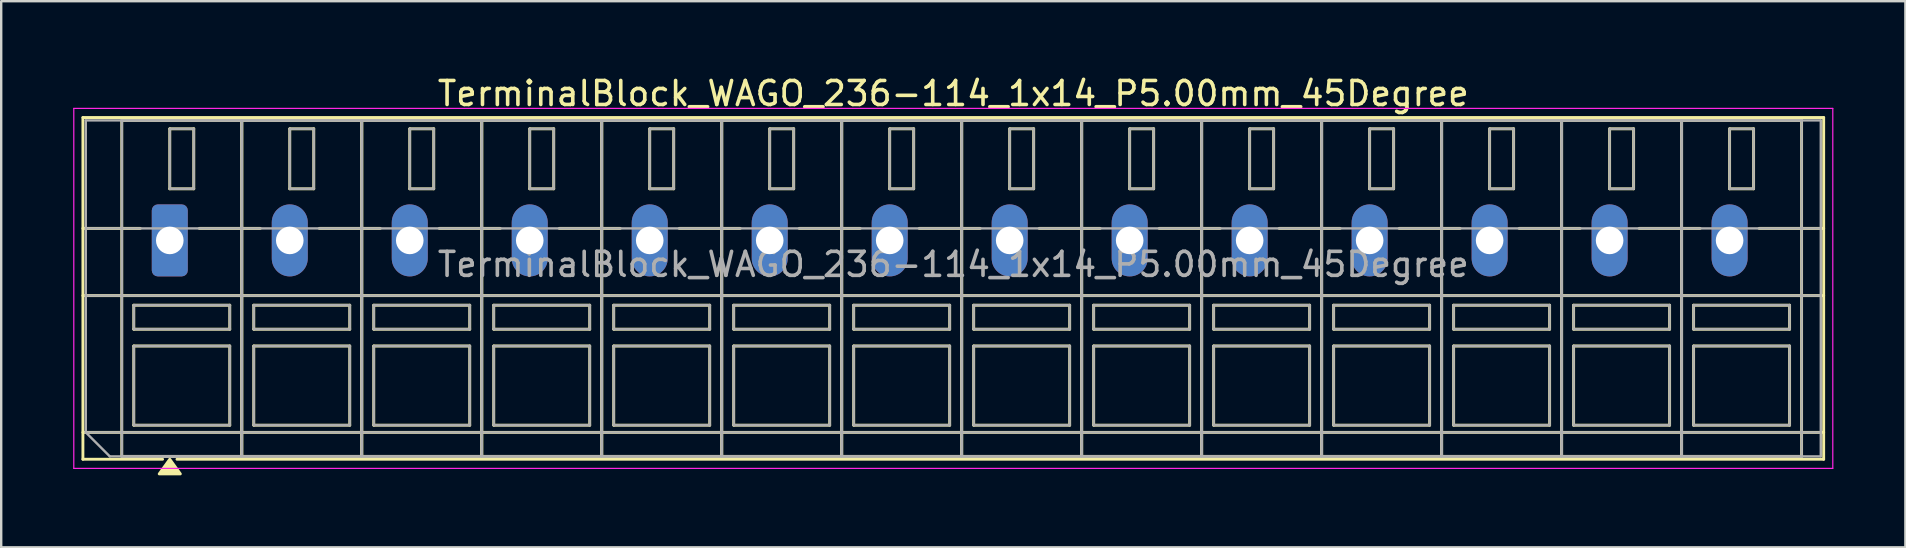
<source format=kicad_pcb>
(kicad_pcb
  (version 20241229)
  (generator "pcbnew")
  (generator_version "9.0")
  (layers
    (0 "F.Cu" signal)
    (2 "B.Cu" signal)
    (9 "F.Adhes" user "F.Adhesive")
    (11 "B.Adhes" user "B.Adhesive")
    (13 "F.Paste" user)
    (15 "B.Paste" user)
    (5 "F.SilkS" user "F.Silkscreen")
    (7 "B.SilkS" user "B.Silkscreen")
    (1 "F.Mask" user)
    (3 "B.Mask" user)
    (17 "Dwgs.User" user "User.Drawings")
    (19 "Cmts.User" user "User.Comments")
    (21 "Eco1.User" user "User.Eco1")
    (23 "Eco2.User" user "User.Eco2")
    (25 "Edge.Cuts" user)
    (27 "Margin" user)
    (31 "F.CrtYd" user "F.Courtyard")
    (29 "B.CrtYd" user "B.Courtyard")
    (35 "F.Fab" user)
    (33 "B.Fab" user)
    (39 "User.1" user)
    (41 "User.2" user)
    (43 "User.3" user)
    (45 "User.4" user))
  (footprint "TerminalBlock_WAGO_236-114_1x14_P5.00mm_45Degree"
    (layer "F.Cu")
    (at 4.025 6.968)
    (property "Reference" "TerminalBlock_WAGO_236-114_1x14_P5.00mm_45Degree" (at 32.65 -6.12 0) (layer "F.SilkS") (effects (font (size 1 1) (thickness 0.15))))
    (attr through_hole)
    (fp_line (start -3.62 -5.12) (end -3.62 9.12) (stroke (width 0.12) (type solid)) (layer "F.SilkS"))
    (fp_line (start -3.62 -5.12) (end 68.92 -5.12) (stroke (width 0.12) (type solid)) (layer "F.SilkS"))
    (fp_line (start -3.62 -0.5) (end -1.23 -0.5) (stroke (width 0.12) (type solid)) (layer "F.SilkS"))
    (fp_line (start -3.62 2.3) (end 68.92 2.3) (stroke (width 0.12) (type solid)) (layer "F.SilkS"))
    (fp_line (start -3.62 8) (end 68.92 8) (stroke (width 0.12) (type solid)) (layer "F.SilkS"))
    (fp_line (start -3.62 9.12) (end -0.3 9.12) (stroke (width 0.12) (type solid)) (layer "F.SilkS"))
    (fp_line (start -2 -5) (end -2 9) (stroke (width 0.12) (type solid)) (layer "F.SilkS"))
    (fp_line (start -2 -5) (end 3 -5) (stroke (width 0.12) (type solid)) (layer "F.SilkS"))
    (fp_line (start -2 9) (end 3 9) (stroke (width 0.12) (type solid)) (layer "F.SilkS"))
    (fp_line (start -1.5 2.7) (end -1.5 3.7) (stroke (width 0.12) (type solid)) (layer "F.SilkS"))
    (fp_line (start -1.5 2.7) (end 2.5 2.7) (stroke (width 0.12) (type solid)) (layer "F.SilkS"))
    (fp_line (start -1.5 3.7) (end 2.5 3.7) (stroke (width 0.12) (type solid)) (layer "F.SilkS"))
    (fp_line (start -1.5 4.4) (end -1.5 7.7) (stroke (width 0.12) (type solid)) (layer "F.SilkS"))
    (fp_line (start -1.5 4.4) (end 2.5 4.4) (stroke (width 0.12) (type solid)) (layer "F.SilkS"))
    (fp_line (start -1.5 7.7) (end 2.5 7.7) (stroke (width 0.12) (type solid)) (layer "F.SilkS"))
    (fp_line (start 0 -4.65) (end 0 -2.15) (stroke (width 0.12) (type solid)) (layer "F.SilkS"))
    (fp_line (start 0 -4.65) (end 1 -4.65) (stroke (width 0.12) (type solid)) (layer "F.SilkS"))
    (fp_line (start 0 -2.15) (end 1 -2.15) (stroke (width 0.12) (type solid)) (layer "F.SilkS"))
    (fp_line (start 0.3 9.12) (end 68.92 9.12) (stroke (width 0.12) (type solid)) (layer "F.SilkS"))
    (fp_line (start 1 -4.65) (end 1 -2.15) (stroke (width 0.12) (type solid)) (layer "F.SilkS"))
    (fp_line (start 1.23 -0.5) (end 3.77 -0.5) (stroke (width 0.12) (type solid)) (layer "F.SilkS"))
    (fp_line (start 2.5 2.7) (end 2.5 3.7) (stroke (width 0.12) (type solid)) (layer "F.SilkS"))
    (fp_line (start 2.5 4.4) (end 2.5 7.7) (stroke (width 0.12) (type solid)) (layer "F.SilkS"))
    (fp_line (start 3 -5) (end 3 9) (stroke (width 0.12) (type solid)) (layer "F.SilkS"))
    (fp_line (start 3 -5) (end 3 9) (stroke (width 0.12) (type solid)) (layer "F.SilkS"))
    (fp_line (start 3 -5) (end 8 -5) (stroke (width 0.12) (type solid)) (layer "F.SilkS"))
    (fp_line (start 3 9) (end 8 9) (stroke (width 0.12) (type solid)) (layer "F.SilkS"))
    (fp_line (start 3.5 2.7) (end 3.5 3.7) (stroke (width 0.12) (type solid)) (layer "F.SilkS"))
    (fp_line (start 3.5 2.7) (end 7.5 2.7) (stroke (width 0.12) (type solid)) (layer "F.SilkS"))
    (fp_line (start 3.5 3.7) (end 7.5 3.7) (stroke (width 0.12) (type solid)) (layer "F.SilkS"))
    (fp_line (start 3.5 4.4) (end 3.5 7.7) (stroke (width 0.12) (type solid)) (layer "F.SilkS"))
    (fp_line (start 3.5 4.4) (end 7.5 4.4) (stroke (width 0.12) (type solid)) (layer "F.SilkS"))
    (fp_line (start 3.5 7.7) (end 7.5 7.7) (stroke (width 0.12) (type solid)) (layer "F.SilkS"))
    (fp_line (start 5 -4.65) (end 5 -2.15) (stroke (width 0.12) (type solid)) (layer "F.SilkS"))
    (fp_line (start 5 -4.65) (end 6 -4.65) (stroke (width 0.12) (type solid)) (layer "F.SilkS"))
    (fp_line (start 5 -2.15) (end 6 -2.15) (stroke (width 0.12) (type solid)) (layer "F.SilkS"))
    (fp_line (start 6 -4.65) (end 6 -2.15) (stroke (width 0.12) (type solid)) (layer "F.SilkS"))
    (fp_line (start 6.23 -0.5) (end 8.77 -0.5) (stroke (width 0.12) (type solid)) (layer "F.SilkS"))
    (fp_line (start 7.5 2.7) (end 7.5 3.7) (stroke (width 0.12) (type solid)) (layer "F.SilkS"))
    (fp_line (start 7.5 4.4) (end 7.5 7.7) (stroke (width 0.12) (type solid)) (layer "F.SilkS"))
    (fp_line (start 8 -5) (end 8 9) (stroke (width 0.12) (type solid)) (layer "F.SilkS"))
    (fp_line (start 8 -5) (end 8 9) (stroke (width 0.12) (type solid)) (layer "F.SilkS"))
    (fp_line (start 8 -5) (end 13 -5) (stroke (width 0.12) (type solid)) (layer "F.SilkS"))
    (fp_line (start 8 9) (end 13 9) (stroke (width 0.12) (type solid)) (layer "F.SilkS"))
    (fp_line (start 8.5 2.7) (end 8.5 3.7) (stroke (width 0.12) (type solid)) (layer "F.SilkS"))
    (fp_line (start 8.5 2.7) (end 12.5 2.7) (stroke (width 0.12) (type solid)) (layer "F.SilkS"))
    (fp_line (start 8.5 3.7) (end 12.5 3.7) (stroke (width 0.12) (type solid)) (layer "F.SilkS"))
    (fp_line (start 8.5 4.4) (end 8.5 7.7) (stroke (width 0.12) (type solid)) (layer "F.SilkS"))
    (fp_line (start 8.5 4.4) (end 12.5 4.4) (stroke (width 0.12) (type solid)) (layer "F.SilkS"))
    (fp_line (start 8.5 7.7) (end 12.5 7.7) (stroke (width 0.12) (type solid)) (layer "F.SilkS"))
    (fp_line (start 10 -4.65) (end 10 -2.15) (stroke (width 0.12) (type solid)) (layer "F.SilkS"))
    (fp_line (start 10 -4.65) (end 11 -4.65) (stroke (width 0.12) (type solid)) (layer "F.SilkS"))
    (fp_line (start 10 -2.15) (end 11 -2.15) (stroke (width 0.12) (type solid)) (layer "F.SilkS"))
    (fp_line (start 11 -4.65) (end 11 -2.15) (stroke (width 0.12) (type solid)) (layer "F.SilkS"))
    (fp_line (start 11.23 -0.5) (end 13.77 -0.5) (stroke (width 0.12) (type solid)) (layer "F.SilkS"))
    (fp_line (start 12.5 2.7) (end 12.5 3.7) (stroke (width 0.12) (type solid)) (layer "F.SilkS"))
    (fp_line (start 12.5 4.4) (end 12.5 7.7) (stroke (width 0.12) (type solid)) (layer "F.SilkS"))
    (fp_line (start 13 -5) (end 13 9) (stroke (width 0.12) (type solid)) (layer "F.SilkS"))
    (fp_line (start 13 -5) (end 13 9) (stroke (width 0.12) (type solid)) (layer "F.SilkS"))
    (fp_line (start 13 -5) (end 18 -5) (stroke (width 0.12) (type solid)) (layer "F.SilkS"))
    (fp_line (start 13 9) (end 18 9) (stroke (width 0.12) (type solid)) (layer "F.SilkS"))
    (fp_line (start 13.5 2.7) (end 13.5 3.7) (stroke (width 0.12) (type solid)) (layer "F.SilkS"))
    (fp_line (start 13.5 2.7) (end 17.5 2.7) (stroke (width 0.12) (type solid)) (layer "F.SilkS"))
    (fp_line (start 13.5 3.7) (end 17.5 3.7) (stroke (width 0.12) (type solid)) (layer "F.SilkS"))
    (fp_line (start 13.5 4.4) (end 13.5 7.7) (stroke (width 0.12) (type solid)) (layer "F.SilkS"))
    (fp_line (start 13.5 4.4) (end 17.5 4.4) (stroke (width 0.12) (type solid)) (layer "F.SilkS"))
    (fp_line (start 13.5 7.7) (end 17.5 7.7) (stroke (width 0.12) (type solid)) (layer "F.SilkS"))
    (fp_line (start 15 -4.65) (end 15 -2.15) (stroke (width 0.12) (type solid)) (layer "F.SilkS"))
    (fp_line (start 15 -4.65) (end 16 -4.65) (stroke (width 0.12) (type solid)) (layer "F.SilkS"))
    (fp_line (start 15 -2.15) (end 16 -2.15) (stroke (width 0.12) (type solid)) (layer "F.SilkS"))
    (fp_line (start 16 -4.65) (end 16 -2.15) (stroke (width 0.12) (type solid)) (layer "F.SilkS"))
    (fp_line (start 16.23 -0.5) (end 18.77 -0.5) (stroke (width 0.12) (type solid)) (layer "F.SilkS"))
    (fp_line (start 17.5 2.7) (end 17.5 3.7) (stroke (width 0.12) (type solid)) (layer "F.SilkS"))
    (fp_line (start 17.5 4.4) (end 17.5 7.7) (stroke (width 0.12) (type solid)) (layer "F.SilkS"))
    (fp_line (start 18 -5) (end 18 9) (stroke (width 0.12) (type solid)) (layer "F.SilkS"))
    (fp_line (start 18 -5) (end 18 9) (stroke (width 0.12) (type solid)) (layer "F.SilkS"))
    (fp_line (start 18 -5) (end 23 -5) (stroke (width 0.12) (type solid)) (layer "F.SilkS"))
    (fp_line (start 18 9) (end 23 9) (stroke (width 0.12) (type solid)) (layer "F.SilkS"))
    (fp_line (start 18.5 2.7) (end 18.5 3.7) (stroke (width 0.12) (type solid)) (layer "F.SilkS"))
    (fp_line (start 18.5 2.7) (end 22.5 2.7) (stroke (width 0.12) (type solid)) (layer "F.SilkS"))
    (fp_line (start 18.5 3.7) (end 22.5 3.7) (stroke (width 0.12) (type solid)) (layer "F.SilkS"))
    (fp_line (start 18.5 4.4) (end 18.5 7.7) (stroke (width 0.12) (type solid)) (layer "F.SilkS"))
    (fp_line (start 18.5 4.4) (end 22.5 4.4) (stroke (width 0.12) (type solid)) (layer "F.SilkS"))
    (fp_line (start 18.5 7.7) (end 22.5 7.7) (stroke (width 0.12) (type solid)) (layer "F.SilkS"))
    (fp_line (start 20 -4.65) (end 20 -2.15) (stroke (width 0.12) (type solid)) (layer "F.SilkS"))
    (fp_line (start 20 -4.65) (end 21 -4.65) (stroke (width 0.12) (type solid)) (layer "F.SilkS"))
    (fp_line (start 20 -2.15) (end 21 -2.15) (stroke (width 0.12) (type solid)) (layer "F.SilkS"))
    (fp_line (start 21 -4.65) (end 21 -2.15) (stroke (width 0.12) (type solid)) (layer "F.SilkS"))
    (fp_line (start 21.23 -0.5) (end 23.77 -0.5) (stroke (width 0.12) (type solid)) (layer "F.SilkS"))
    (fp_line (start 22.5 2.7) (end 22.5 3.7) (stroke (width 0.12) (type solid)) (layer "F.SilkS"))
    (fp_line (start 22.5 4.4) (end 22.5 7.7) (stroke (width 0.12) (type solid)) (layer "F.SilkS"))
    (fp_line (start 23 -5) (end 23 9) (stroke (width 0.12) (type solid)) (layer "F.SilkS"))
    (fp_line (start 23 -5) (end 23 9) (stroke (width 0.12) (type solid)) (layer "F.SilkS"))
    (fp_line (start 23 -5) (end 28 -5) (stroke (width 0.12) (type solid)) (layer "F.SilkS"))
    (fp_line (start 23 9) (end 28 9) (stroke (width 0.12) (type solid)) (layer "F.SilkS"))
    (fp_line (start 23.5 2.7) (end 23.5 3.7) (stroke (width 0.12) (type solid)) (layer "F.SilkS"))
    (fp_line (start 23.5 2.7) (end 27.5 2.7) (stroke (width 0.12) (type solid)) (layer "F.SilkS"))
    (fp_line (start 23.5 3.7) (end 27.5 3.7) (stroke (width 0.12) (type solid)) (layer "F.SilkS"))
    (fp_line (start 23.5 4.4) (end 23.5 7.7) (stroke (width 0.12) (type solid)) (layer "F.SilkS"))
    (fp_line (start 23.5 4.4) (end 27.5 4.4) (stroke (width 0.12) (type solid)) (layer "F.SilkS"))
    (fp_line (start 23.5 7.7) (end 27.5 7.7) (stroke (width 0.12) (type solid)) (layer "F.SilkS"))
    (fp_line (start 25 -4.65) (end 25 -2.15) (stroke (width 0.12) (type solid)) (layer "F.SilkS"))
    (fp_line (start 25 -4.65) (end 26 -4.65) (stroke (width 0.12) (type solid)) (layer "F.SilkS"))
    (fp_line (start 25 -2.15) (end 26 -2.15) (stroke (width 0.12) (type solid)) (layer "F.SilkS"))
    (fp_line (start 26 -4.65) (end 26 -2.15) (stroke (width 0.12) (type solid)) (layer "F.SilkS"))
    (fp_line (start 26.23 -0.5) (end 28.77 -0.5) (stroke (width 0.12) (type solid)) (layer "F.SilkS"))
    (fp_line (start 27.5 2.7) (end 27.5 3.7) (stroke (width 0.12) (type solid)) (layer "F.SilkS"))
    (fp_line (start 27.5 4.4) (end 27.5 7.7) (stroke (width 0.12) (type solid)) (layer "F.SilkS"))
    (fp_line (start 28 -5) (end 28 9) (stroke (width 0.12) (type solid)) (layer "F.SilkS"))
    (fp_line (start 28 -5) (end 28 9) (stroke (width 0.12) (type solid)) (layer "F.SilkS"))
    (fp_line (start 28 -5) (end 33 -5) (stroke (width 0.12) (type solid)) (layer "F.SilkS"))
    (fp_line (start 28 9) (end 33 9) (stroke (width 0.12) (type solid)) (layer "F.SilkS"))
    (fp_line (start 28.5 2.7) (end 28.5 3.7) (stroke (width 0.12) (type solid)) (layer "F.SilkS"))
    (fp_line (start 28.5 2.7) (end 32.5 2.7) (stroke (width 0.12) (type solid)) (layer "F.SilkS"))
    (fp_line (start 28.5 3.7) (end 32.5 3.7) (stroke (width 0.12) (type solid)) (layer "F.SilkS"))
    (fp_line (start 28.5 4.4) (end 28.5 7.7) (stroke (width 0.12) (type solid)) (layer "F.SilkS"))
    (fp_line (start 28.5 4.4) (end 32.5 4.4) (stroke (width 0.12) (type solid)) (layer "F.SilkS"))
    (fp_line (start 28.5 7.7) (end 32.5 7.7) (stroke (width 0.12) (type solid)) (layer "F.SilkS"))
    (fp_line (start 30 -4.65) (end 30 -2.15) (stroke (width 0.12) (type solid)) (layer "F.SilkS"))
    (fp_line (start 30 -4.65) (end 31 -4.65) (stroke (width 0.12) (type solid)) (layer "F.SilkS"))
    (fp_line (start 30 -2.15) (end 31 -2.15) (stroke (width 0.12) (type solid)) (layer "F.SilkS"))
    (fp_line (start 31 -4.65) (end 31 -2.15) (stroke (width 0.12) (type solid)) (layer "F.SilkS"))
    (fp_line (start 31.23 -0.5) (end 33.77 -0.5) (stroke (width 0.12) (type solid)) (layer "F.SilkS"))
    (fp_line (start 32.5 2.7) (end 32.5 3.7) (stroke (width 0.12) (type solid)) (layer "F.SilkS"))
    (fp_line (start 32.5 4.4) (end 32.5 7.7) (stroke (width 0.12) (type solid)) (layer "F.SilkS"))
    (fp_line (start 33 -5) (end 33 9) (stroke (width 0.12) (type solid)) (layer "F.SilkS"))
    (fp_line (start 33 -5) (end 33 9) (stroke (width 0.12) (type solid)) (layer "F.SilkS"))
    (fp_line (start 33 -5) (end 38 -5) (stroke (width 0.12) (type solid)) (layer "F.SilkS"))
    (fp_line (start 33 9) (end 38 9) (stroke (width 0.12) (type solid)) (layer "F.SilkS"))
    (fp_line (start 33.5 2.7) (end 33.5 3.7) (stroke (width 0.12) (type solid)) (layer "F.SilkS"))
    (fp_line (start 33.5 2.7) (end 37.5 2.7) (stroke (width 0.12) (type solid)) (layer "F.SilkS"))
    (fp_line (start 33.5 3.7) (end 37.5 3.7) (stroke (width 0.12) (type solid)) (layer "F.SilkS"))
    (fp_line (start 33.5 4.4) (end 33.5 7.7) (stroke (width 0.12) (type solid)) (layer "F.SilkS"))
    (fp_line (start 33.5 4.4) (end 37.5 4.4) (stroke (width 0.12) (type solid)) (layer "F.SilkS"))
    (fp_line (start 33.5 7.7) (end 37.5 7.7) (stroke (width 0.12) (type solid)) (layer "F.SilkS"))
    (fp_line (start 35 -4.65) (end 35 -2.15) (stroke (width 0.12) (type solid)) (layer "F.SilkS"))
    (fp_line (start 35 -4.65) (end 36 -4.65) (stroke (width 0.12) (type solid)) (layer "F.SilkS"))
    (fp_line (start 35 -2.15) (end 36 -2.15) (stroke (width 0.12) (type solid)) (layer "F.SilkS"))
    (fp_line (start 36 -4.65) (end 36 -2.15) (stroke (width 0.12) (type solid)) (layer "F.SilkS"))
    (fp_line (start 36.23 -0.5) (end 38.77 -0.5) (stroke (width 0.12) (type solid)) (layer "F.SilkS"))
    (fp_line (start 37.5 2.7) (end 37.5 3.7) (stroke (width 0.12) (type solid)) (layer "F.SilkS"))
    (fp_line (start 37.5 4.4) (end 37.5 7.7) (stroke (width 0.12) (type solid)) (layer "F.SilkS"))
    (fp_line (start 38 -5) (end 38 9) (stroke (width 0.12) (type solid)) (layer "F.SilkS"))
    (fp_line (start 38 -5) (end 38 9) (stroke (width 0.12) (type solid)) (layer "F.SilkS"))
    (fp_line (start 38 -5) (end 43 -5) (stroke (width 0.12) (type solid)) (layer "F.SilkS"))
    (fp_line (start 38 9) (end 43 9) (stroke (width 0.12) (type solid)) (layer "F.SilkS"))
    (fp_line (start 38.5 2.7) (end 38.5 3.7) (stroke (width 0.12) (type solid)) (layer "F.SilkS"))
    (fp_line (start 38.5 2.7) (end 42.5 2.7) (stroke (width 0.12) (type solid)) (layer "F.SilkS"))
    (fp_line (start 38.5 3.7) (end 42.5 3.7) (stroke (width 0.12) (type solid)) (layer "F.SilkS"))
    (fp_line (start 38.5 4.4) (end 38.5 7.7) (stroke (width 0.12) (type solid)) (layer "F.SilkS"))
    (fp_line (start 38.5 4.4) (end 42.5 4.4) (stroke (width 0.12) (type solid)) (layer "F.SilkS"))
    (fp_line (start 38.5 7.7) (end 42.5 7.7) (stroke (width 0.12) (type solid)) (layer "F.SilkS"))
    (fp_line (start 40 -4.65) (end 40 -2.15) (stroke (width 0.12) (type solid)) (layer "F.SilkS"))
    (fp_line (start 40 -4.65) (end 41 -4.65) (stroke (width 0.12) (type solid)) (layer "F.SilkS"))
    (fp_line (start 40 -2.15) (end 41 -2.15) (stroke (width 0.12) (type solid)) (layer "F.SilkS"))
    (fp_line (start 41 -4.65) (end 41 -2.15) (stroke (width 0.12) (type solid)) (layer "F.SilkS"))
    (fp_line (start 41.23 -0.5) (end 43.77 -0.5) (stroke (width 0.12) (type solid)) (layer "F.SilkS"))
    (fp_line (start 42.5 2.7) (end 42.5 3.7) (stroke (width 0.12) (type solid)) (layer "F.SilkS"))
    (fp_line (start 42.5 4.4) (end 42.5 7.7) (stroke (width 0.12) (type solid)) (layer "F.SilkS"))
    (fp_line (start 43 -5) (end 43 9) (stroke (width 0.12) (type solid)) (layer "F.SilkS"))
    (fp_line (start 43 -5) (end 43 9) (stroke (width 0.12) (type solid)) (layer "F.SilkS"))
    (fp_line (start 43 -5) (end 48 -5) (stroke (width 0.12) (type solid)) (layer "F.SilkS"))
    (fp_line (start 43 9) (end 48 9) (stroke (width 0.12) (type solid)) (layer "F.SilkS"))
    (fp_line (start 43.5 2.7) (end 43.5 3.7) (stroke (width 0.12) (type solid)) (layer "F.SilkS"))
    (fp_line (start 43.5 2.7) (end 47.5 2.7) (stroke (width 0.12) (type solid)) (layer "F.SilkS"))
    (fp_line (start 43.5 3.7) (end 47.5 3.7) (stroke (width 0.12) (type solid)) (layer "F.SilkS"))
    (fp_line (start 43.5 4.4) (end 43.5 7.7) (stroke (width 0.12) (type solid)) (layer "F.SilkS"))
    (fp_line (start 43.5 4.4) (end 47.5 4.4) (stroke (width 0.12) (type solid)) (layer "F.SilkS"))
    (fp_line (start 43.5 7.7) (end 47.5 7.7) (stroke (width 0.12) (type solid)) (layer "F.SilkS"))
    (fp_line (start 45 -4.65) (end 45 -2.15) (stroke (width 0.12) (type solid)) (layer "F.SilkS"))
    (fp_line (start 45 -4.65) (end 46 -4.65) (stroke (width 0.12) (type solid)) (layer "F.SilkS"))
    (fp_line (start 45 -2.15) (end 46 -2.15) (stroke (width 0.12) (type solid)) (layer "F.SilkS"))
    (fp_line (start 46 -4.65) (end 46 -2.15) (stroke (width 0.12) (type solid)) (layer "F.SilkS"))
    (fp_line (start 46.23 -0.5) (end 48.77 -0.5) (stroke (width 0.12) (type solid)) (layer "F.SilkS"))
    (fp_line (start 47.5 2.7) (end 47.5 3.7) (stroke (width 0.12) (type solid)) (layer "F.SilkS"))
    (fp_line (start 47.5 4.4) (end 47.5 7.7) (stroke (width 0.12) (type solid)) (layer "F.SilkS"))
    (fp_line (start 48 -5) (end 48 9) (stroke (width 0.12) (type solid)) (layer "F.SilkS"))
    (fp_line (start 48 -5) (end 48 9) (stroke (width 0.12) (type solid)) (layer "F.SilkS"))
    (fp_line (start 48 -5) (end 53 -5) (stroke (width 0.12) (type solid)) (layer "F.SilkS"))
    (fp_line (start 48 9) (end 53 9) (stroke (width 0.12) (type solid)) (layer "F.SilkS"))
    (fp_line (start 48.5 2.7) (end 48.5 3.7) (stroke (width 0.12) (type solid)) (layer "F.SilkS"))
    (fp_line (start 48.5 2.7) (end 52.5 2.7) (stroke (width 0.12) (type solid)) (layer "F.SilkS"))
    (fp_line (start 48.5 3.7) (end 52.5 3.7) (stroke (width 0.12) (type solid)) (layer "F.SilkS"))
    (fp_line (start 48.5 4.4) (end 48.5 7.7) (stroke (width 0.12) (type solid)) (layer "F.SilkS"))
    (fp_line (start 48.5 4.4) (end 52.5 4.4) (stroke (width 0.12) (type solid)) (layer "F.SilkS"))
    (fp_line (start 48.5 7.7) (end 52.5 7.7) (stroke (width 0.12) (type solid)) (layer "F.SilkS"))
    (fp_line (start 50 -4.65) (end 50 -2.15) (stroke (width 0.12) (type solid)) (layer "F.SilkS"))
    (fp_line (start 50 -4.65) (end 51 -4.65) (stroke (width 0.12) (type solid)) (layer "F.SilkS"))
    (fp_line (start 50 -2.15) (end 51 -2.15) (stroke (width 0.12) (type solid)) (layer "F.SilkS"))
    (fp_line (start 51 -4.65) (end 51 -2.15) (stroke (width 0.12) (type solid)) (layer "F.SilkS"))
    (fp_line (start 51.23 -0.5) (end 53.77 -0.5) (stroke (width 0.12) (type solid)) (layer "F.SilkS"))
    (fp_line (start 52.5 2.7) (end 52.5 3.7) (stroke (width 0.12) (type solid)) (layer "F.SilkS"))
    (fp_line (start 52.5 4.4) (end 52.5 7.7) (stroke (width 0.12) (type solid)) (layer "F.SilkS"))
    (fp_line (start 53 -5) (end 53 9) (stroke (width 0.12) (type solid)) (layer "F.SilkS"))
    (fp_line (start 53 -5) (end 53 9) (stroke (width 0.12) (type solid)) (layer "F.SilkS"))
    (fp_line (start 53 -5) (end 58 -5) (stroke (width 0.12) (type solid)) (layer "F.SilkS"))
    (fp_line (start 53 9) (end 58 9) (stroke (width 0.12) (type solid)) (layer "F.SilkS"))
    (fp_line (start 53.5 2.7) (end 53.5 3.7) (stroke (width 0.12) (type solid)) (layer "F.SilkS"))
    (fp_line (start 53.5 2.7) (end 57.5 2.7) (stroke (width 0.12) (type solid)) (layer "F.SilkS"))
    (fp_line (start 53.5 3.7) (end 57.5 3.7) (stroke (width 0.12) (type solid)) (layer "F.SilkS"))
    (fp_line (start 53.5 4.4) (end 53.5 7.7) (stroke (width 0.12) (type solid)) (layer "F.SilkS"))
    (fp_line (start 53.5 4.4) (end 57.5 4.4) (stroke (width 0.12) (type solid)) (layer "F.SilkS"))
    (fp_line (start 53.5 7.7) (end 57.5 7.7) (stroke (width 0.12) (type solid)) (layer "F.SilkS"))
    (fp_line (start 55 -4.65) (end 55 -2.15) (stroke (width 0.12) (type solid)) (layer "F.SilkS"))
    (fp_line (start 55 -4.65) (end 56 -4.65) (stroke (width 0.12) (type solid)) (layer "F.SilkS"))
    (fp_line (start 55 -2.15) (end 56 -2.15) (stroke (width 0.12) (type solid)) (layer "F.SilkS"))
    (fp_line (start 56 -4.65) (end 56 -2.15) (stroke (width 0.12) (type solid)) (layer "F.SilkS"))
    (fp_line (start 56.23 -0.5) (end 58.77 -0.5) (stroke (width 0.12) (type solid)) (layer "F.SilkS"))
    (fp_line (start 57.5 2.7) (end 57.5 3.7) (stroke (width 0.12) (type solid)) (layer "F.SilkS"))
    (fp_line (start 57.5 4.4) (end 57.5 7.7) (stroke (width 0.12) (type solid)) (layer "F.SilkS"))
    (fp_line (start 58 -5) (end 58 9) (stroke (width 0.12) (type solid)) (layer "F.SilkS"))
    (fp_line (start 58 -5) (end 58 9) (stroke (width 0.12) (type solid)) (layer "F.SilkS"))
    (fp_line (start 58 -5) (end 63 -5) (stroke (width 0.12) (type solid)) (layer "F.SilkS"))
    (fp_line (start 58 9) (end 63 9) (stroke (width 0.12) (type solid)) (layer "F.SilkS"))
    (fp_line (start 58.5 2.7) (end 58.5 3.7) (stroke (width 0.12) (type solid)) (layer "F.SilkS"))
    (fp_line (start 58.5 2.7) (end 62.5 2.7) (stroke (width 0.12) (type solid)) (layer "F.SilkS"))
    (fp_line (start 58.5 3.7) (end 62.5 3.7) (stroke (width 0.12) (type solid)) (layer "F.SilkS"))
    (fp_line (start 58.5 4.4) (end 58.5 7.7) (stroke (width 0.12) (type solid)) (layer "F.SilkS"))
    (fp_line (start 58.5 4.4) (end 62.5 4.4) (stroke (width 0.12) (type solid)) (layer "F.SilkS"))
    (fp_line (start 58.5 7.7) (end 62.5 7.7) (stroke (width 0.12) (type solid)) (layer "F.SilkS"))
    (fp_line (start 60 -4.65) (end 60 -2.15) (stroke (width 0.12) (type solid)) (layer "F.SilkS"))
    (fp_line (start 60 -4.65) (end 61 -4.65) (stroke (width 0.12) (type solid)) (layer "F.SilkS"))
    (fp_line (start 60 -2.15) (end 61 -2.15) (stroke (width 0.12) (type solid)) (layer "F.SilkS"))
    (fp_line (start 61 -4.65) (end 61 -2.15) (stroke (width 0.12) (type solid)) (layer "F.SilkS"))
    (fp_line (start 61.23 -0.5) (end 63.77 -0.5) (stroke (width 0.12) (type solid)) (layer "F.SilkS"))
    (fp_line (start 62.5 2.7) (end 62.5 3.7) (stroke (width 0.12) (type solid)) (layer "F.SilkS"))
    (fp_line (start 62.5 4.4) (end 62.5 7.7) (stroke (width 0.12) (type solid)) (layer "F.SilkS"))
    (fp_line (start 63 -5) (end 63 9) (stroke (width 0.12) (type solid)) (layer "F.SilkS"))
    (fp_line (start 63 -5) (end 63 9) (stroke (width 0.12) (type solid)) (layer "F.SilkS"))
    (fp_line (start 63 -5) (end 68 -5) (stroke (width 0.12) (type solid)) (layer "F.SilkS"))
    (fp_line (start 63 9) (end 68 9) (stroke (width 0.12) (type solid)) (layer "F.SilkS"))
    (fp_line (start 63.5 2.7) (end 63.5 3.7) (stroke (width 0.12) (type solid)) (layer "F.SilkS"))
    (fp_line (start 63.5 2.7) (end 67.5 2.7) (stroke (width 0.12) (type solid)) (layer "F.SilkS"))
    (fp_line (start 63.5 3.7) (end 67.5 3.7) (stroke (width 0.12) (type solid)) (layer "F.SilkS"))
    (fp_line (start 63.5 4.4) (end 63.5 7.7) (stroke (width 0.12) (type solid)) (layer "F.SilkS"))
    (fp_line (start 63.5 4.4) (end 67.5 4.4) (stroke (width 0.12) (type solid)) (layer "F.SilkS"))
    (fp_line (start 63.5 7.7) (end 67.5 7.7) (stroke (width 0.12) (type solid)) (layer "F.SilkS"))
    (fp_line (start 65 -4.65) (end 65 -2.15) (stroke (width 0.12) (type solid)) (layer "F.SilkS"))
    (fp_line (start 65 -4.65) (end 66 -4.65) (stroke (width 0.12) (type solid)) (layer "F.SilkS"))
    (fp_line (start 65 -2.15) (end 66 -2.15) (stroke (width 0.12) (type solid)) (layer "F.SilkS"))
    (fp_line (start 66 -4.65) (end 66 -2.15) (stroke (width 0.12) (type solid)) (layer "F.SilkS"))
    (fp_line (start 66.23 -0.5) (end 68.92 -0.5) (stroke (width 0.12) (type solid)) (layer "F.SilkS"))
    (fp_line (start 67.5 2.7) (end 67.5 3.7) (stroke (width 0.12) (type solid)) (layer "F.SilkS"))
    (fp_line (start 67.5 4.4) (end 67.5 7.7) (stroke (width 0.12) (type solid)) (layer "F.SilkS"))
    (fp_line (start 68 -5) (end 68 9) (stroke (width 0.12) (type solid)) (layer "F.SilkS"))
    (fp_line (start 68.92 -5.12) (end 68.92 9.12) (stroke (width 0.12) (type solid)) (layer "F.SilkS"))
    (fp_poly (pts (xy 0 9.12) (xy 0.44 9.73) (xy -0.44 9.73)) (stroke (width 0.12) (type solid)) (fill yes) (layer "F.SilkS"))
    (fp_line (start -4 -5.5) (end -4 9.5) (stroke (width 0.05) (type solid)) (layer "F.CrtYd"))
    (fp_line (start -4 9.5) (end 69.3 9.5) (stroke (width 0.05) (type solid)) (layer "F.CrtYd"))
    (fp_line (start 69.3 -5.5) (end -4 -5.5) (stroke (width 0.05) (type solid)) (layer "F.CrtYd"))
    (fp_line (start 69.3 9.5) (end 69.3 -5.5) (stroke (width 0.05) (type solid)) (layer "F.CrtYd"))
    (fp_line (start -3.5 -5) (end 68.8 -5) (stroke (width 0.1) (type solid)) (layer "F.Fab"))
    (fp_line (start -3.5 -0.5) (end 68.8 -0.5) (stroke (width 0.1) (type solid)) (layer "F.Fab"))
    (fp_line (start -3.5 2.3) (end 68.8 2.3) (stroke (width 0.1) (type solid)) (layer "F.Fab"))
    (fp_line (start -3.5 8) (end -3.5 -5) (stroke (width 0.1) (type solid)) (layer "F.Fab"))
    (fp_line (start -3.5 8) (end 68.8 8) (stroke (width 0.1) (type solid)) (layer "F.Fab"))
    (fp_line (start -2.5 9) (end -3.5 8) (stroke (width 0.1) (type solid)) (layer "F.Fab"))
    (fp_line (start -2 -5) (end -2 9) (stroke (width 0.1) (type solid)) (layer "F.Fab"))
    (fp_line (start -2 9) (end 3 9) (stroke (width 0.1) (type solid)) (layer "F.Fab"))
    (fp_line (start -1.5 2.7) (end -1.5 3.7) (stroke (width 0.1) (type solid)) (layer "F.Fab"))
    (fp_line (start -1.5 3.7) (end 2.5 3.7) (stroke (width 0.1) (type solid)) (layer "F.Fab"))
    (fp_line (start -1.5 4.4) (end -1.5 7.7) (stroke (width 0.1) (type solid)) (layer "F.Fab"))
    (fp_line (start -1.5 7.7) (end 2.5 7.7) (stroke (width 0.1) (type solid)) (layer "F.Fab"))
    (fp_line (start 0 -4.65) (end 0 -2.15) (stroke (width 0.1) (type solid)) (layer "F.Fab"))
    (fp_line (start 0 -2.15) (end 1 -2.15) (stroke (width 0.1) (type solid)) (layer "F.Fab"))
    (fp_line (start 1 -4.65) (end 0 -4.65) (stroke (width 0.1) (type solid)) (layer "F.Fab"))
    (fp_line (start 1 -2.15) (end 1 -4.65) (stroke (width 0.1) (type solid)) (layer "F.Fab"))
    (fp_line (start 2.5 2.7) (end -1.5 2.7) (stroke (width 0.1) (type solid)) (layer "F.Fab"))
    (fp_line (start 2.5 3.7) (end 2.5 2.7) (stroke (width 0.1) (type solid)) (layer "F.Fab"))
    (fp_line (start 2.5 4.4) (end -1.5 4.4) (stroke (width 0.1) (type solid)) (layer "F.Fab"))
    (fp_line (start 2.5 7.7) (end 2.5 4.4) (stroke (width 0.1) (type solid)) (layer "F.Fab"))
    (fp_line (start 3 -5) (end -2 -5) (stroke (width 0.1) (type solid)) (layer "F.Fab"))
    (fp_line (start 3 -5) (end 3 9) (stroke (width 0.1) (type solid)) (layer "F.Fab"))
    (fp_line (start 3 9) (end 3 -5) (stroke (width 0.1) (type solid)) (layer "F.Fab"))
    (fp_line (start 3 9) (end 8 9) (stroke (width 0.1) (type solid)) (layer "F.Fab"))
    (fp_line (start 3.5 2.7) (end 3.5 3.7) (stroke (width 0.1) (type solid)) (layer "F.Fab"))
    (fp_line (start 3.5 3.7) (end 7.5 3.7) (stroke (width 0.1) (type solid)) (layer "F.Fab"))
    (fp_line (start 3.5 4.4) (end 3.5 7.7) (stroke (width 0.1) (type solid)) (layer "F.Fab"))
    (fp_line (start 3.5 7.7) (end 7.5 7.7) (stroke (width 0.1) (type solid)) (layer "F.Fab"))
    (fp_line (start 5 -4.65) (end 5 -2.15) (stroke (width 0.1) (type solid)) (layer "F.Fab"))
    (fp_line (start 5 -2.15) (end 6 -2.15) (stroke (width 0.1) (type solid)) (layer "F.Fab"))
    (fp_line (start 6 -4.65) (end 5 -4.65) (stroke (width 0.1) (type solid)) (layer "F.Fab"))
    (fp_line (start 6 -2.15) (end 6 -4.65) (stroke (width 0.1) (type solid)) (layer "F.Fab"))
    (fp_line (start 7.5 2.7) (end 3.5 2.7) (stroke (width 0.1) (type solid)) (layer "F.Fab"))
    (fp_line (start 7.5 3.7) (end 7.5 2.7) (stroke (width 0.1) (type solid)) (layer "F.Fab"))
    (fp_line (start 7.5 4.4) (end 3.5 4.4) (stroke (width 0.1) (type solid)) (layer "F.Fab"))
    (fp_line (start 7.5 7.7) (end 7.5 4.4) (stroke (width 0.1) (type solid)) (layer "F.Fab"))
    (fp_line (start 8 -5) (end 3 -5) (stroke (width 0.1) (type solid)) (layer "F.Fab"))
    (fp_line (start 8 -5) (end 8 9) (stroke (width 0.1) (type solid)) (layer "F.Fab"))
    (fp_line (start 8 9) (end 8 -5) (stroke (width 0.1) (type solid)) (layer "F.Fab"))
    (fp_line (start 8 9) (end 13 9) (stroke (width 0.1) (type solid)) (layer "F.Fab"))
    (fp_line (start 8.5 2.7) (end 8.5 3.7) (stroke (width 0.1) (type solid)) (layer "F.Fab"))
    (fp_line (start 8.5 3.7) (end 12.5 3.7) (stroke (width 0.1) (type solid)) (layer "F.Fab"))
    (fp_line (start 8.5 4.4) (end 8.5 7.7) (stroke (width 0.1) (type solid)) (layer "F.Fab"))
    (fp_line (start 8.5 7.7) (end 12.5 7.7) (stroke (width 0.1) (type solid)) (layer "F.Fab"))
    (fp_line (start 10 -4.65) (end 10 -2.15) (stroke (width 0.1) (type solid)) (layer "F.Fab"))
    (fp_line (start 10 -2.15) (end 11 -2.15) (stroke (width 0.1) (type solid)) (layer "F.Fab"))
    (fp_line (start 11 -4.65) (end 10 -4.65) (stroke (width 0.1) (type solid)) (layer "F.Fab"))
    (fp_line (start 11 -2.15) (end 11 -4.65) (stroke (width 0.1) (type solid)) (layer "F.Fab"))
    (fp_line (start 12.5 2.7) (end 8.5 2.7) (stroke (width 0.1) (type solid)) (layer "F.Fab"))
    (fp_line (start 12.5 3.7) (end 12.5 2.7) (stroke (width 0.1) (type solid)) (layer "F.Fab"))
    (fp_line (start 12.5 4.4) (end 8.5 4.4) (stroke (width 0.1) (type solid)) (layer "F.Fab"))
    (fp_line (start 12.5 7.7) (end 12.5 4.4) (stroke (width 0.1) (type solid)) (layer "F.Fab"))
    (fp_line (start 13 -5) (end 8 -5) (stroke (width 0.1) (type solid)) (layer "F.Fab"))
    (fp_line (start 13 -5) (end 13 9) (stroke (width 0.1) (type solid)) (layer "F.Fab"))
    (fp_line (start 13 9) (end 13 -5) (stroke (width 0.1) (type solid)) (layer "F.Fab"))
    (fp_line (start 13 9) (end 18 9) (stroke (width 0.1) (type solid)) (layer "F.Fab"))
    (fp_line (start 13.5 2.7) (end 13.5 3.7) (stroke (width 0.1) (type solid)) (layer "F.Fab"))
    (fp_line (start 13.5 3.7) (end 17.5 3.7) (stroke (width 0.1) (type solid)) (layer "F.Fab"))
    (fp_line (start 13.5 4.4) (end 13.5 7.7) (stroke (width 0.1) (type solid)) (layer "F.Fab"))
    (fp_line (start 13.5 7.7) (end 17.5 7.7) (stroke (width 0.1) (type solid)) (layer "F.Fab"))
    (fp_line (start 15 -4.65) (end 15 -2.15) (stroke (width 0.1) (type solid)) (layer "F.Fab"))
    (fp_line (start 15 -2.15) (end 16 -2.15) (stroke (width 0.1) (type solid)) (layer "F.Fab"))
    (fp_line (start 16 -4.65) (end 15 -4.65) (stroke (width 0.1) (type solid)) (layer "F.Fab"))
    (fp_line (start 16 -2.15) (end 16 -4.65) (stroke (width 0.1) (type solid)) (layer "F.Fab"))
    (fp_line (start 17.5 2.7) (end 13.5 2.7) (stroke (width 0.1) (type solid)) (layer "F.Fab"))
    (fp_line (start 17.5 3.7) (end 17.5 2.7) (stroke (width 0.1) (type solid)) (layer "F.Fab"))
    (fp_line (start 17.5 4.4) (end 13.5 4.4) (stroke (width 0.1) (type solid)) (layer "F.Fab"))
    (fp_line (start 17.5 7.7) (end 17.5 4.4) (stroke (width 0.1) (type solid)) (layer "F.Fab"))
    (fp_line (start 18 -5) (end 13 -5) (stroke (width 0.1) (type solid)) (layer "F.Fab"))
    (fp_line (start 18 -5) (end 18 9) (stroke (width 0.1) (type solid)) (layer "F.Fab"))
    (fp_line (start 18 9) (end 18 -5) (stroke (width 0.1) (type solid)) (layer "F.Fab"))
    (fp_line (start 18 9) (end 23 9) (stroke (width 0.1) (type solid)) (layer "F.Fab"))
    (fp_line (start 18.5 2.7) (end 18.5 3.7) (stroke (width 0.1) (type solid)) (layer "F.Fab"))
    (fp_line (start 18.5 3.7) (end 22.5 3.7) (stroke (width 0.1) (type solid)) (layer "F.Fab"))
    (fp_line (start 18.5 4.4) (end 18.5 7.7) (stroke (width 0.1) (type solid)) (layer "F.Fab"))
    (fp_line (start 18.5 7.7) (end 22.5 7.7) (stroke (width 0.1) (type solid)) (layer "F.Fab"))
    (fp_line (start 20 -4.65) (end 20 -2.15) (stroke (width 0.1) (type solid)) (layer "F.Fab"))
    (fp_line (start 20 -2.15) (end 21 -2.15) (stroke (width 0.1) (type solid)) (layer "F.Fab"))
    (fp_line (start 21 -4.65) (end 20 -4.65) (stroke (width 0.1) (type solid)) (layer "F.Fab"))
    (fp_line (start 21 -2.15) (end 21 -4.65) (stroke (width 0.1) (type solid)) (layer "F.Fab"))
    (fp_line (start 22.5 2.7) (end 18.5 2.7) (stroke (width 0.1) (type solid)) (layer "F.Fab"))
    (fp_line (start 22.5 3.7) (end 22.5 2.7) (stroke (width 0.1) (type solid)) (layer "F.Fab"))
    (fp_line (start 22.5 4.4) (end 18.5 4.4) (stroke (width 0.1) (type solid)) (layer "F.Fab"))
    (fp_line (start 22.5 7.7) (end 22.5 4.4) (stroke (width 0.1) (type solid)) (layer "F.Fab"))
    (fp_line (start 23 -5) (end 18 -5) (stroke (width 0.1) (type solid)) (layer "F.Fab"))
    (fp_line (start 23 -5) (end 23 9) (stroke (width 0.1) (type solid)) (layer "F.Fab"))
    (fp_line (start 23 9) (end 23 -5) (stroke (width 0.1) (type solid)) (layer "F.Fab"))
    (fp_line (start 23 9) (end 28 9) (stroke (width 0.1) (type solid)) (layer "F.Fab"))
    (fp_line (start 23.5 2.7) (end 23.5 3.7) (stroke (width 0.1) (type solid)) (layer "F.Fab"))
    (fp_line (start 23.5 3.7) (end 27.5 3.7) (stroke (width 0.1) (type solid)) (layer "F.Fab"))
    (fp_line (start 23.5 4.4) (end 23.5 7.7) (stroke (width 0.1) (type solid)) (layer "F.Fab"))
    (fp_line (start 23.5 7.7) (end 27.5 7.7) (stroke (width 0.1) (type solid)) (layer "F.Fab"))
    (fp_line (start 25 -4.65) (end 25 -2.15) (stroke (width 0.1) (type solid)) (layer "F.Fab"))
    (fp_line (start 25 -2.15) (end 26 -2.15) (stroke (width 0.1) (type solid)) (layer "F.Fab"))
    (fp_line (start 26 -4.65) (end 25 -4.65) (stroke (width 0.1) (type solid)) (layer "F.Fab"))
    (fp_line (start 26 -2.15) (end 26 -4.65) (stroke (width 0.1) (type solid)) (layer "F.Fab"))
    (fp_line (start 27.5 2.7) (end 23.5 2.7) (stroke (width 0.1) (type solid)) (layer "F.Fab"))
    (fp_line (start 27.5 3.7) (end 27.5 2.7) (stroke (width 0.1) (type solid)) (layer "F.Fab"))
    (fp_line (start 27.5 4.4) (end 23.5 4.4) (stroke (width 0.1) (type solid)) (layer "F.Fab"))
    (fp_line (start 27.5 7.7) (end 27.5 4.4) (stroke (width 0.1) (type solid)) (layer "F.Fab"))
    (fp_line (start 28 -5) (end 23 -5) (stroke (width 0.1) (type solid)) (layer "F.Fab"))
    (fp_line (start 28 -5) (end 28 9) (stroke (width 0.1) (type solid)) (layer "F.Fab"))
    (fp_line (start 28 9) (end 28 -5) (stroke (width 0.1) (type solid)) (layer "F.Fab"))
    (fp_line (start 28 9) (end 33 9) (stroke (width 0.1) (type solid)) (layer "F.Fab"))
    (fp_line (start 28.5 2.7) (end 28.5 3.7) (stroke (width 0.1) (type solid)) (layer "F.Fab"))
    (fp_line (start 28.5 3.7) (end 32.5 3.7) (stroke (width 0.1) (type solid)) (layer "F.Fab"))
    (fp_line (start 28.5 4.4) (end 28.5 7.7) (stroke (width 0.1) (type solid)) (layer "F.Fab"))
    (fp_line (start 28.5 7.7) (end 32.5 7.7) (stroke (width 0.1) (type solid)) (layer "F.Fab"))
    (fp_line (start 30 -4.65) (end 30 -2.15) (stroke (width 0.1) (type solid)) (layer "F.Fab"))
    (fp_line (start 30 -2.15) (end 31 -2.15) (stroke (width 0.1) (type solid)) (layer "F.Fab"))
    (fp_line (start 31 -4.65) (end 30 -4.65) (stroke (width 0.1) (type solid)) (layer "F.Fab"))
    (fp_line (start 31 -2.15) (end 31 -4.65) (stroke (width 0.1) (type solid)) (layer "F.Fab"))
    (fp_line (start 32.5 2.7) (end 28.5 2.7) (stroke (width 0.1) (type solid)) (layer "F.Fab"))
    (fp_line (start 32.5 3.7) (end 32.5 2.7) (stroke (width 0.1) (type solid)) (layer "F.Fab"))
    (fp_line (start 32.5 4.4) (end 28.5 4.4) (stroke (width 0.1) (type solid)) (layer "F.Fab"))
    (fp_line (start 32.5 7.7) (end 32.5 4.4) (stroke (width 0.1) (type solid)) (layer "F.Fab"))
    (fp_line (start 33 -5) (end 28 -5) (stroke (width 0.1) (type solid)) (layer "F.Fab"))
    (fp_line (start 33 -5) (end 33 9) (stroke (width 0.1) (type solid)) (layer "F.Fab"))
    (fp_line (start 33 9) (end 33 -5) (stroke (width 0.1) (type solid)) (layer "F.Fab"))
    (fp_line (start 33 9) (end 38 9) (stroke (width 0.1) (type solid)) (layer "F.Fab"))
    (fp_line (start 33.5 2.7) (end 33.5 3.7) (stroke (width 0.1) (type solid)) (layer "F.Fab"))
    (fp_line (start 33.5 3.7) (end 37.5 3.7) (stroke (width 0.1) (type solid)) (layer "F.Fab"))
    (fp_line (start 33.5 4.4) (end 33.5 7.7) (stroke (width 0.1) (type solid)) (layer "F.Fab"))
    (fp_line (start 33.5 7.7) (end 37.5 7.7) (stroke (width 0.1) (type solid)) (layer "F.Fab"))
    (fp_line (start 35 -4.65) (end 35 -2.15) (stroke (width 0.1) (type solid)) (layer "F.Fab"))
    (fp_line (start 35 -2.15) (end 36 -2.15) (stroke (width 0.1) (type solid)) (layer "F.Fab"))
    (fp_line (start 36 -4.65) (end 35 -4.65) (stroke (width 0.1) (type solid)) (layer "F.Fab"))
    (fp_line (start 36 -2.15) (end 36 -4.65) (stroke (width 0.1) (type solid)) (layer "F.Fab"))
    (fp_line (start 37.5 2.7) (end 33.5 2.7) (stroke (width 0.1) (type solid)) (layer "F.Fab"))
    (fp_line (start 37.5 3.7) (end 37.5 2.7) (stroke (width 0.1) (type solid)) (layer "F.Fab"))
    (fp_line (start 37.5 4.4) (end 33.5 4.4) (stroke (width 0.1) (type solid)) (layer "F.Fab"))
    (fp_line (start 37.5 7.7) (end 37.5 4.4) (stroke (width 0.1) (type solid)) (layer "F.Fab"))
    (fp_line (start 38 -5) (end 33 -5) (stroke (width 0.1) (type solid)) (layer "F.Fab"))
    (fp_line (start 38 -5) (end 38 9) (stroke (width 0.1) (type solid)) (layer "F.Fab"))
    (fp_line (start 38 9) (end 38 -5) (stroke (width 0.1) (type solid)) (layer "F.Fab"))
    (fp_line (start 38 9) (end 43 9) (stroke (width 0.1) (type solid)) (layer "F.Fab"))
    (fp_line (start 38.5 2.7) (end 38.5 3.7) (stroke (width 0.1) (type solid)) (layer "F.Fab"))
    (fp_line (start 38.5 3.7) (end 42.5 3.7) (stroke (width 0.1) (type solid)) (layer "F.Fab"))
    (fp_line (start 38.5 4.4) (end 38.5 7.7) (stroke (width 0.1) (type solid)) (layer "F.Fab"))
    (fp_line (start 38.5 7.7) (end 42.5 7.7) (stroke (width 0.1) (type solid)) (layer "F.Fab"))
    (fp_line (start 40 -4.65) (end 40 -2.15) (stroke (width 0.1) (type solid)) (layer "F.Fab"))
    (fp_line (start 40 -2.15) (end 41 -2.15) (stroke (width 0.1) (type solid)) (layer "F.Fab"))
    (fp_line (start 41 -4.65) (end 40 -4.65) (stroke (width 0.1) (type solid)) (layer "F.Fab"))
    (fp_line (start 41 -2.15) (end 41 -4.65) (stroke (width 0.1) (type solid)) (layer "F.Fab"))
    (fp_line (start 42.5 2.7) (end 38.5 2.7) (stroke (width 0.1) (type solid)) (layer "F.Fab"))
    (fp_line (start 42.5 3.7) (end 42.5 2.7) (stroke (width 0.1) (type solid)) (layer "F.Fab"))
    (fp_line (start 42.5 4.4) (end 38.5 4.4) (stroke (width 0.1) (type solid)) (layer "F.Fab"))
    (fp_line (start 42.5 7.7) (end 42.5 4.4) (stroke (width 0.1) (type solid)) (layer "F.Fab"))
    (fp_line (start 43 -5) (end 38 -5) (stroke (width 0.1) (type solid)) (layer "F.Fab"))
    (fp_line (start 43 -5) (end 43 9) (stroke (width 0.1) (type solid)) (layer "F.Fab"))
    (fp_line (start 43 9) (end 43 -5) (stroke (width 0.1) (type solid)) (layer "F.Fab"))
    (fp_line (start 43 9) (end 48 9) (stroke (width 0.1) (type solid)) (layer "F.Fab"))
    (fp_line (start 43.5 2.7) (end 43.5 3.7) (stroke (width 0.1) (type solid)) (layer "F.Fab"))
    (fp_line (start 43.5 3.7) (end 47.5 3.7) (stroke (width 0.1) (type solid)) (layer "F.Fab"))
    (fp_line (start 43.5 4.4) (end 43.5 7.7) (stroke (width 0.1) (type solid)) (layer "F.Fab"))
    (fp_line (start 43.5 7.7) (end 47.5 7.7) (stroke (width 0.1) (type solid)) (layer "F.Fab"))
    (fp_line (start 45 -4.65) (end 45 -2.15) (stroke (width 0.1) (type solid)) (layer "F.Fab"))
    (fp_line (start 45 -2.15) (end 46 -2.15) (stroke (width 0.1) (type solid)) (layer "F.Fab"))
    (fp_line (start 46 -4.65) (end 45 -4.65) (stroke (width 0.1) (type solid)) (layer "F.Fab"))
    (fp_line (start 46 -2.15) (end 46 -4.65) (stroke (width 0.1) (type solid)) (layer "F.Fab"))
    (fp_line (start 47.5 2.7) (end 43.5 2.7) (stroke (width 0.1) (type solid)) (layer "F.Fab"))
    (fp_line (start 47.5 3.7) (end 47.5 2.7) (stroke (width 0.1) (type solid)) (layer "F.Fab"))
    (fp_line (start 47.5 4.4) (end 43.5 4.4) (stroke (width 0.1) (type solid)) (layer "F.Fab"))
    (fp_line (start 47.5 7.7) (end 47.5 4.4) (stroke (width 0.1) (type solid)) (layer "F.Fab"))
    (fp_line (start 48 -5) (end 43 -5) (stroke (width 0.1) (type solid)) (layer "F.Fab"))
    (fp_line (start 48 -5) (end 48 9) (stroke (width 0.1) (type solid)) (layer "F.Fab"))
    (fp_line (start 48 9) (end 48 -5) (stroke (width 0.1) (type solid)) (layer "F.Fab"))
    (fp_line (start 48 9) (end 53 9) (stroke (width 0.1) (type solid)) (layer "F.Fab"))
    (fp_line (start 48.5 2.7) (end 48.5 3.7) (stroke (width 0.1) (type solid)) (layer "F.Fab"))
    (fp_line (start 48.5 3.7) (end 52.5 3.7) (stroke (width 0.1) (type solid)) (layer "F.Fab"))
    (fp_line (start 48.5 4.4) (end 48.5 7.7) (stroke (width 0.1) (type solid)) (layer "F.Fab"))
    (fp_line (start 48.5 7.7) (end 52.5 7.7) (stroke (width 0.1) (type solid)) (layer "F.Fab"))
    (fp_line (start 50 -4.65) (end 50 -2.15) (stroke (width 0.1) (type solid)) (layer "F.Fab"))
    (fp_line (start 50 -2.15) (end 51 -2.15) (stroke (width 0.1) (type solid)) (layer "F.Fab"))
    (fp_line (start 51 -4.65) (end 50 -4.65) (stroke (width 0.1) (type solid)) (layer "F.Fab"))
    (fp_line (start 51 -2.15) (end 51 -4.65) (stroke (width 0.1) (type solid)) (layer "F.Fab"))
    (fp_line (start 52.5 2.7) (end 48.5 2.7) (stroke (width 0.1) (type solid)) (layer "F.Fab"))
    (fp_line (start 52.5 3.7) (end 52.5 2.7) (stroke (width 0.1) (type solid)) (layer "F.Fab"))
    (fp_line (start 52.5 4.4) (end 48.5 4.4) (stroke (width 0.1) (type solid)) (layer "F.Fab"))
    (fp_line (start 52.5 7.7) (end 52.5 4.4) (stroke (width 0.1) (type solid)) (layer "F.Fab"))
    (fp_line (start 53 -5) (end 48 -5) (stroke (width 0.1) (type solid)) (layer "F.Fab"))
    (fp_line (start 53 -5) (end 53 9) (stroke (width 0.1) (type solid)) (layer "F.Fab"))
    (fp_line (start 53 9) (end 53 -5) (stroke (width 0.1) (type solid)) (layer "F.Fab"))
    (fp_line (start 53 9) (end 58 9) (stroke (width 0.1) (type solid)) (layer "F.Fab"))
    (fp_line (start 53.5 2.7) (end 53.5 3.7) (stroke (width 0.1) (type solid)) (layer "F.Fab"))
    (fp_line (start 53.5 3.7) (end 57.5 3.7) (stroke (width 0.1) (type solid)) (layer "F.Fab"))
    (fp_line (start 53.5 4.4) (end 53.5 7.7) (stroke (width 0.1) (type solid)) (layer "F.Fab"))
    (fp_line (start 53.5 7.7) (end 57.5 7.7) (stroke (width 0.1) (type solid)) (layer "F.Fab"))
    (fp_line (start 55 -4.65) (end 55 -2.15) (stroke (width 0.1) (type solid)) (layer "F.Fab"))
    (fp_line (start 55 -2.15) (end 56 -2.15) (stroke (width 0.1) (type solid)) (layer "F.Fab"))
    (fp_line (start 56 -4.65) (end 55 -4.65) (stroke (width 0.1) (type solid)) (layer "F.Fab"))
    (fp_line (start 56 -2.15) (end 56 -4.65) (stroke (width 0.1) (type solid)) (layer "F.Fab"))
    (fp_line (start 57.5 2.7) (end 53.5 2.7) (stroke (width 0.1) (type solid)) (layer "F.Fab"))
    (fp_line (start 57.5 3.7) (end 57.5 2.7) (stroke (width 0.1) (type solid)) (layer "F.Fab"))
    (fp_line (start 57.5 4.4) (end 53.5 4.4) (stroke (width 0.1) (type solid)) (layer "F.Fab"))
    (fp_line (start 57.5 7.7) (end 57.5 4.4) (stroke (width 0.1) (type solid)) (layer "F.Fab"))
    (fp_line (start 58 -5) (end 53 -5) (stroke (width 0.1) (type solid)) (layer "F.Fab"))
    (fp_line (start 58 -5) (end 58 9) (stroke (width 0.1) (type solid)) (layer "F.Fab"))
    (fp_line (start 58 9) (end 58 -5) (stroke (width 0.1) (type solid)) (layer "F.Fab"))
    (fp_line (start 58 9) (end 63 9) (stroke (width 0.1) (type solid)) (layer "F.Fab"))
    (fp_line (start 58.5 2.7) (end 58.5 3.7) (stroke (width 0.1) (type solid)) (layer "F.Fab"))
    (fp_line (start 58.5 3.7) (end 62.5 3.7) (stroke (width 0.1) (type solid)) (layer "F.Fab"))
    (fp_line (start 58.5 4.4) (end 58.5 7.7) (stroke (width 0.1) (type solid)) (layer "F.Fab"))
    (fp_line (start 58.5 7.7) (end 62.5 7.7) (stroke (width 0.1) (type solid)) (layer "F.Fab"))
    (fp_line (start 60 -4.65) (end 60 -2.15) (stroke (width 0.1) (type solid)) (layer "F.Fab"))
    (fp_line (start 60 -2.15) (end 61 -2.15) (stroke (width 0.1) (type solid)) (layer "F.Fab"))
    (fp_line (start 61 -4.65) (end 60 -4.65) (stroke (width 0.1) (type solid)) (layer "F.Fab"))
    (fp_line (start 61 -2.15) (end 61 -4.65) (stroke (width 0.1) (type solid)) (layer "F.Fab"))
    (fp_line (start 62.5 2.7) (end 58.5 2.7) (stroke (width 0.1) (type solid)) (layer "F.Fab"))
    (fp_line (start 62.5 3.7) (end 62.5 2.7) (stroke (width 0.1) (type solid)) (layer "F.Fab"))
    (fp_line (start 62.5 4.4) (end 58.5 4.4) (stroke (width 0.1) (type solid)) (layer "F.Fab"))
    (fp_line (start 62.5 7.7) (end 62.5 4.4) (stroke (width 0.1) (type solid)) (layer "F.Fab"))
    (fp_line (start 63 -5) (end 58 -5) (stroke (width 0.1) (type solid)) (layer "F.Fab"))
    (fp_line (start 63 -5) (end 63 9) (stroke (width 0.1) (type solid)) (layer "F.Fab"))
    (fp_line (start 63 9) (end 63 -5) (stroke (width 0.1) (type solid)) (layer "F.Fab"))
    (fp_line (start 63 9) (end 68 9) (stroke (width 0.1) (type solid)) (layer "F.Fab"))
    (fp_line (start 63.5 2.7) (end 63.5 3.7) (stroke (width 0.1) (type solid)) (layer "F.Fab"))
    (fp_line (start 63.5 3.7) (end 67.5 3.7) (stroke (width 0.1) (type solid)) (layer "F.Fab"))
    (fp_line (start 63.5 4.4) (end 63.5 7.7) (stroke (width 0.1) (type solid)) (layer "F.Fab"))
    (fp_line (start 63.5 7.7) (end 67.5 7.7) (stroke (width 0.1) (type solid)) (layer "F.Fab"))
    (fp_line (start 65 -4.65) (end 65 -2.15) (stroke (width 0.1) (type solid)) (layer "F.Fab"))
    (fp_line (start 65 -2.15) (end 66 -2.15) (stroke (width 0.1) (type solid)) (layer "F.Fab"))
    (fp_line (start 66 -4.65) (end 65 -4.65) (stroke (width 0.1) (type solid)) (layer "F.Fab"))
    (fp_line (start 66 -2.15) (end 66 -4.65) (stroke (width 0.1) (type solid)) (layer "F.Fab"))
    (fp_line (start 67.5 2.7) (end 63.5 2.7) (stroke (width 0.1) (type solid)) (layer "F.Fab"))
    (fp_line (start 67.5 3.7) (end 67.5 2.7) (stroke (width 0.1) (type solid)) (layer "F.Fab"))
    (fp_line (start 67.5 4.4) (end 63.5 4.4) (stroke (width 0.1) (type solid)) (layer "F.Fab"))
    (fp_line (start 67.5 7.7) (end 67.5 4.4) (stroke (width 0.1) (type solid)) (layer "F.Fab"))
    (fp_line (start 68 -5) (end 63 -5) (stroke (width 0.1) (type solid)) (layer "F.Fab"))
    (fp_line (start 68 9) (end 68 -5) (stroke (width 0.1) (type solid)) (layer "F.Fab"))
    (fp_line (start 68.8 -5) (end 68.8 9) (stroke (width 0.1) (type solid)) (layer "F.Fab"))
    (fp_line (start 68.8 9) (end -2.5 9) (stroke (width 0.1) (type solid)) (layer "F.Fab"))
    (fp_text user "${REFERENCE}" (at 32.65 1 0) (layer "F.Fab") (effects (font (size 1 1) (thickness 0.15))))
    (pad "1" thru_hole roundrect (at 0 0) (size 1.5 3) (drill 1.15) (layers "*.Cu" "*.Mask") (roundrect_rratio 0.167))
    (pad "2" thru_hole oval (at 5 0) (size 1.5 3) (drill 1.15) (layers "*.Cu" "*.Mask"))
    (pad "3" thru_hole oval (at 10 0) (size 1.5 3) (drill 1.15) (layers "*.Cu" "*.Mask"))
    (pad "4" thru_hole oval (at 15 0) (size 1.5 3) (drill 1.15) (layers "*.Cu" "*.Mask"))
    (pad "5" thru_hole oval (at 20 0) (size 1.5 3) (drill 1.15) (layers "*.Cu" "*.Mask"))
    (pad "6" thru_hole oval (at 25 0) (size 1.5 3) (drill 1.15) (layers "*.Cu" "*.Mask"))
    (pad "7" thru_hole oval (at 30 0) (size 1.5 3) (drill 1.15) (layers "*.Cu" "*.Mask"))
    (pad "8" thru_hole oval (at 35 0) (size 1.5 3) (drill 1.15) (layers "*.Cu" "*.Mask"))
    (pad "9" thru_hole oval (at 40 0) (size 1.5 3) (drill 1.15) (layers "*.Cu" "*.Mask"))
    (pad "10" thru_hole oval (at 45 0) (size 1.5 3) (drill 1.15) (layers "*.Cu" "*.Mask"))
    (pad "11" thru_hole oval (at 50 0) (size 1.5 3) (drill 1.15) (layers "*.Cu" "*.Mask"))
    (pad "12" thru_hole oval (at 55 0) (size 1.5 3) (drill 1.15) (layers "*.Cu" "*.Mask"))
    (pad "13" thru_hole oval (at 60 0) (size 1.5 3) (drill 1.15) (layers "*.Cu" "*.Mask"))
    (pad "14" thru_hole oval (at 65 0) (size 1.5 3) (drill 1.15) (layers "*.Cu" "*.Mask")))
  (gr_rect
    (start -3 -3)
    (end 76.35 19.758)
    (stroke (width 0.1) (type default))
    (fill no)
    (layer "Edge.Cuts")))
</source>
